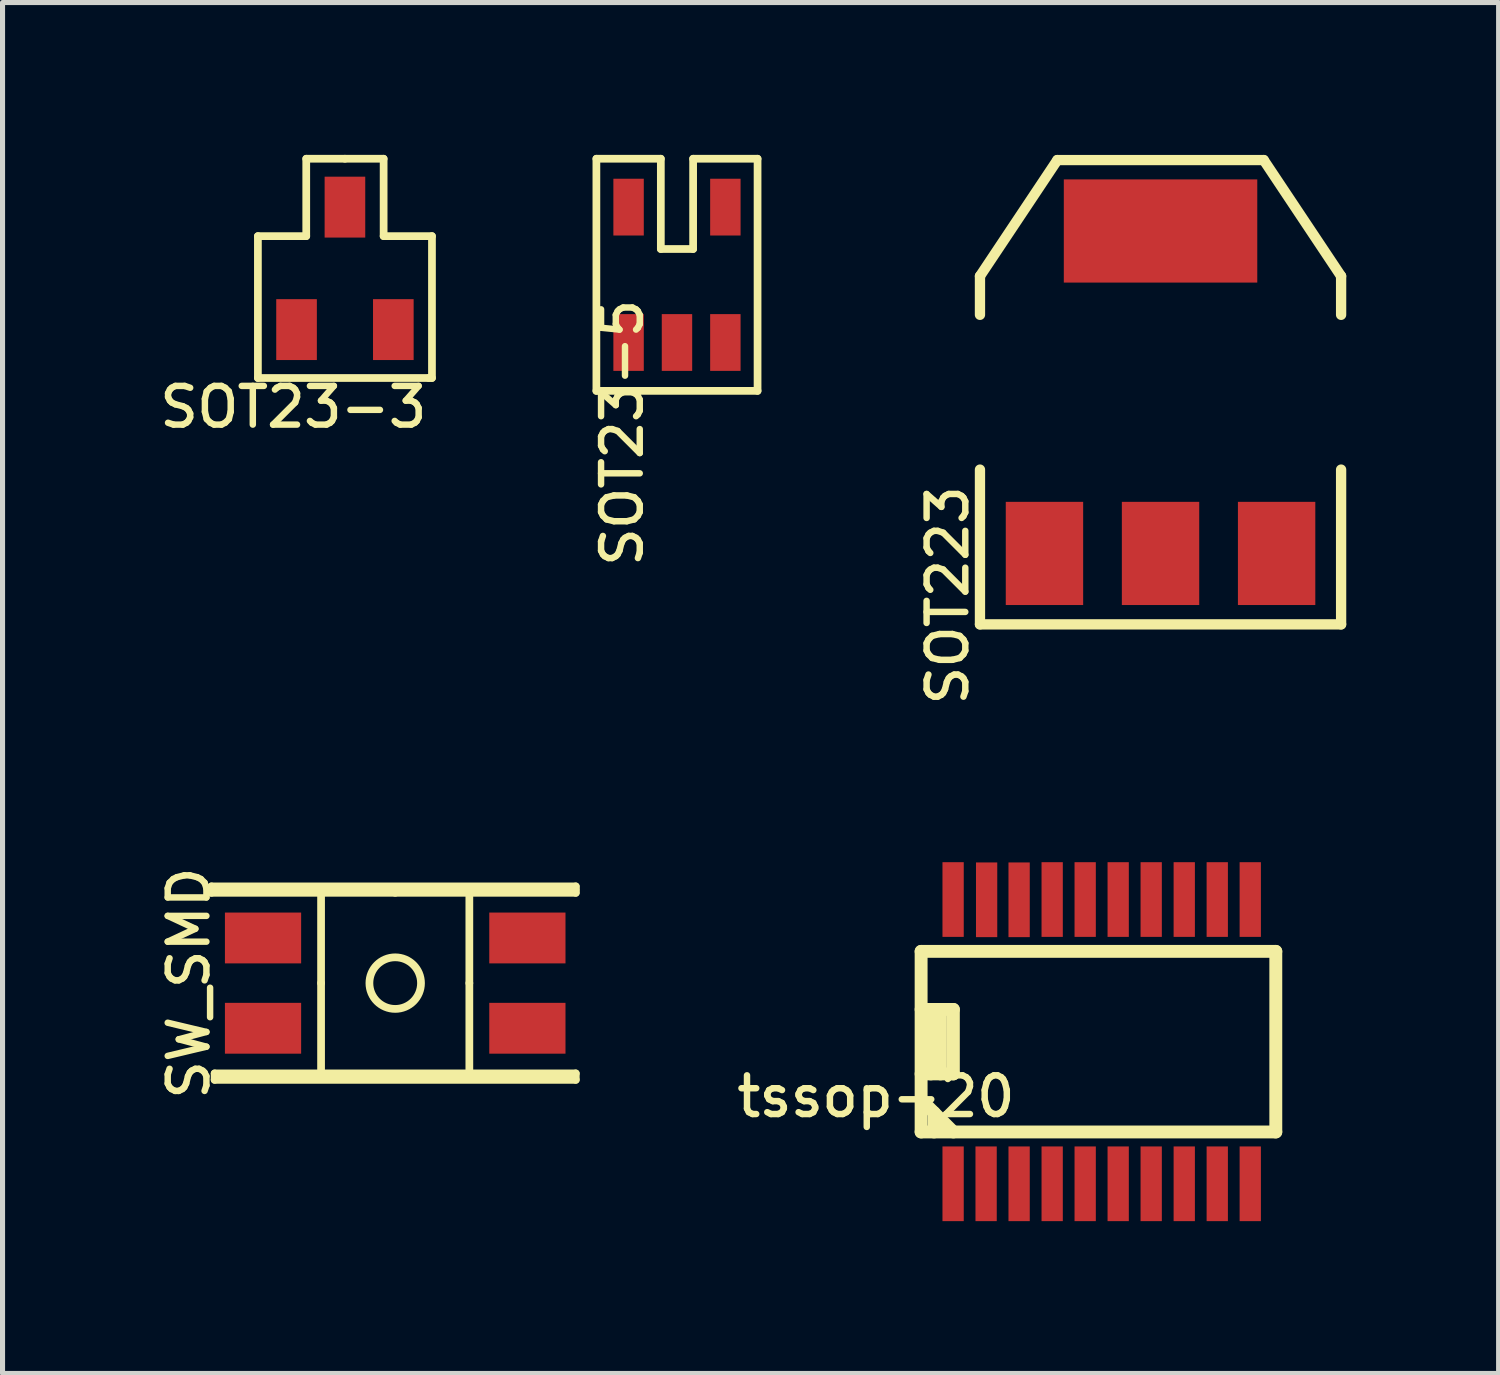
<source format=kicad_pcb>
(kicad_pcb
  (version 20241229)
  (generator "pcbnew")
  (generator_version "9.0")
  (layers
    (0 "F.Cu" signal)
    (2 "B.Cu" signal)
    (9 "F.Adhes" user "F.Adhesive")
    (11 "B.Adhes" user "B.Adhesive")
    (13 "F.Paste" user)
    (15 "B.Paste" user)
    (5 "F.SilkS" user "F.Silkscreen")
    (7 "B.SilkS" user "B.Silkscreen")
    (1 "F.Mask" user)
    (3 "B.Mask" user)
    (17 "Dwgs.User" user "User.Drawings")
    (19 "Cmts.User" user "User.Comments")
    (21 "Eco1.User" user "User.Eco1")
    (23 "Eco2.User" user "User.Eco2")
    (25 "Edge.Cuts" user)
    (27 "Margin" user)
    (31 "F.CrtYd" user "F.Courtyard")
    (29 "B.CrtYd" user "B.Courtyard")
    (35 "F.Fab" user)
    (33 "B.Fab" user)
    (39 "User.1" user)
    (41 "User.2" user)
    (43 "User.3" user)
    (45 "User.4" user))
  (footprint "SOT23-3"
    (layer "F.Cu")
    (at 3.743 2.235)
    (property "Reference" "SOT23-3" (at -1.016 2.731 0) (layer "F.SilkS") (effects (font (size 0.762 0.762) (thickness 0.127))))
    (attr smd)
    (fp_line (start -1.714 -0.635) (end -1.714 2.159) (stroke (width 0.152) (type solid)) (layer "F.SilkS"))
    (fp_line (start -1.714 2.159) (end 1.651 2.159) (stroke (width 0.152) (type solid)) (layer "F.SilkS"))
    (fp_line (start -0.762 -2.159) (end -0.762 -0.635) (stroke (width 0.152) (type solid)) (layer "F.SilkS"))
    (fp_line (start -0.762 -0.635) (end -1.714 -0.635) (stroke (width 0.152) (type solid)) (layer "F.SilkS"))
    (fp_line (start 0 -2.159) (end -0.762 -2.159) (stroke (width 0.152) (type solid)) (layer "F.SilkS"))
    (fp_line (start 0.762 -2.159) (end 0 -2.159) (stroke (width 0.152) (type solid)) (layer "F.SilkS"))
    (fp_line (start 0.762 -0.635) (end 0.762 -2.159) (stroke (width 0.152) (type solid)) (layer "F.SilkS"))
    (fp_line (start 1.651 2.159) (end 1.714 2.159) (stroke (width 0.152) (type solid)) (layer "F.SilkS"))
    (fp_line (start 1.714 -0.635) (end 0.762 -0.635) (stroke (width 0.152) (type solid)) (layer "F.SilkS"))
    (fp_line (start 1.714 2.159) (end 1.714 -0.635) (stroke (width 0.152) (type solid)) (layer "F.SilkS"))
    (pad "D" smd rect (at 0 -1.206) (size 0.8 1.199) (layers "F.Cu" "F.Mask" "F.Paste"))
    (pad "G" smd rect (at -0.953 1.206) (size 0.8 1.199) (layers "F.Cu" "F.Mask" "F.Paste"))
    (pad "S" smd rect (at 0.953 1.206) (size 0.8 1.199) (layers "F.Cu" "F.Mask" "F.Paste")))
  (footprint "SOT223"
    (layer "F.Cu")
    (at 19.805 4.674)
    (property "Reference" "SOT223" (at -4.191 4 90) (layer "F.SilkS") (effects (font (size 0.762 0.762) (thickness 0.127))))
    (attr smd)
    (fp_line (start -3.556 -2.286) (end -2.032 -4.572) (stroke (width 0.203) (type solid)) (layer "F.SilkS"))
    (fp_line (start -3.556 -1.524) (end -3.556 -2.286) (stroke (width 0.203) (type solid)) (layer "F.SilkS"))
    (fp_line (start -3.556 1.524) (end -3.556 4.572) (stroke (width 0.203) (type solid)) (layer "F.SilkS"))
    (fp_line (start -3.556 4.572) (end 3.556 4.572) (stroke (width 0.203) (type solid)) (layer "F.SilkS"))
    (fp_line (start -2.032 -4.572) (end 2.032 -4.572) (stroke (width 0.203) (type solid)) (layer "F.SilkS"))
    (fp_line (start 2.032 -4.572) (end 3.556 -2.286) (stroke (width 0.203) (type solid)) (layer "F.SilkS"))
    (fp_line (start 3.556 -2.286) (end 3.556 -1.524) (stroke (width 0.203) (type solid)) (layer "F.SilkS"))
    (fp_line (start 3.556 4.572) (end 3.556 1.524) (stroke (width 0.203) (type solid)) (layer "F.SilkS"))
    (pad "1" smd rect (at -2.286 3.175) (size 1.524 2.032) (layers "F.Cu" "F.Mask" "F.Paste"))
    (pad "2" smd rect (at 0 3.175) (size 1.524 2.032) (layers "F.Cu" "F.Mask" "F.Paste"))
    (pad "3" smd rect (at 2.286 3.175) (size 1.524 2.032) (layers "F.Cu" "F.Mask" "F.Paste"))
    (pad "4" smd rect (at 0 -3.175) (size 3.81 2.032) (layers "F.Cu" "F.Mask" "F.Paste")))
  (footprint "SW_SMD"
    (layer "F.Cu")
    (at 4.733 16.311)
    (property "Reference" "SW_SMD" (at -4.064 0 90) (layer "F.SilkS") (effects (font (size 0.762 0.762) (thickness 0.127))))
    (attr smd)
    (fp_line (start -3.619 -1.905) (end 3.556 -1.905) (stroke (width 0.152) (type solid)) (layer "F.SilkS"))
    (fp_line (start -3.619 -1.778) (end -3.619 -1.905) (stroke (width 0.152) (type solid)) (layer "F.SilkS"))
    (fp_line (start -3.556 1.778) (end -3.556 1.905) (stroke (width 0.152) (type solid)) (layer "F.SilkS"))
    (fp_line (start -3.556 1.905) (end 3.556 1.905) (stroke (width 0.152) (type solid)) (layer "F.SilkS"))
    (fp_line (start -1.46 0) (end -1.46 -1.778) (stroke (width 0.152) (type solid)) (layer "F.SilkS"))
    (fp_line (start -1.46 0) (end -1.46 1.778) (stroke (width 0.152) (type solid)) (layer "F.SilkS"))
    (fp_line (start -1.46 1.778) (end -3.556 1.778) (stroke (width 0.152) (type solid)) (layer "F.SilkS"))
    (fp_line (start 0 -1.778) (end -3.619 -1.778) (stroke (width 0.152) (type solid)) (layer "F.SilkS"))
    (fp_line (start 1.46 0) (end 1.46 -1.778) (stroke (width 0.152) (type solid)) (layer "F.SilkS"))
    (fp_line (start 1.46 0) (end 1.46 1.778) (stroke (width 0.152) (type solid)) (layer "F.SilkS"))
    (fp_line (start 3.556 -1.905) (end 3.556 -1.841) (stroke (width 0.152) (type solid)) (layer "F.SilkS"))
    (fp_line (start 3.556 -1.841) (end 3.556 -1.778) (stroke (width 0.152) (type solid)) (layer "F.SilkS"))
    (fp_line (start 3.556 -1.778) (end 0 -1.778) (stroke (width 0.152) (type solid)) (layer "F.SilkS"))
    (fp_line (start 3.556 1.778) (end -1.46 1.778) (stroke (width 0.152) (type solid)) (layer "F.SilkS"))
    (fp_line (start 3.556 1.905) (end 3.556 1.778) (stroke (width 0.152) (type solid)) (layer "F.SilkS"))
    (fp_circle (center 0 0) (end -0.508 0) (stroke (width 0.152) (type solid)) (fill no) (layer "F.SilkS"))
    (pad "1" smd rect (at -2.603 0.889) (size 1.501 1.001) (layers "F.Cu" "F.Mask" "F.Paste"))
    (pad "1" smd rect (at 2.603 0.889) (size 1.501 1.001) (layers "F.Cu" "F.Mask" "F.Paste"))
    (pad "2" smd rect (at -2.603 -0.889) (size 1.501 1.001) (layers "F.Cu" "F.Mask" "F.Paste"))
    (pad "2" smd rect (at 2.603 -0.889) (size 1.501 1.001) (layers "F.Cu" "F.Mask" "F.Paste")))
  (footprint "SOT23-5"
    (layer "F.Cu")
    (at 10.282 2.362)
    (property "Reference" "SOT23-5" (at -1.079 3.111 90) (layer "F.SilkS") (effects (font (size 0.762 0.762) (thickness 0.127))))
    (attr smd)
    (fp_line (start -1.587 -2.286) (end -1.587 2.286) (stroke (width 0.152) (type solid)) (layer "F.SilkS"))
    (fp_line (start -1.587 2.286) (end 1.587 2.286) (stroke (width 0.152) (type solid)) (layer "F.SilkS"))
    (fp_line (start -0.318 -2.286) (end -1.587 -2.286) (stroke (width 0.152) (type solid)) (layer "F.SilkS"))
    (fp_line (start -0.318 -2.286) (end -0.318 -0.508) (stroke (width 0.152) (type solid)) (layer "F.SilkS"))
    (fp_line (start -0.318 -0.508) (end 0.318 -0.508) (stroke (width 0.152) (type solid)) (layer "F.SilkS"))
    (fp_line (start 0.318 -2.286) (end 1.587 -2.286) (stroke (width 0.152) (type solid)) (layer "F.SilkS"))
    (fp_line (start 0.318 -0.508) (end 0.318 -2.286) (stroke (width 0.152) (type solid)) (layer "F.SilkS"))
    (fp_line (start 1.587 2.286) (end 1.587 -2.286) (stroke (width 0.152) (type solid)) (layer "F.SilkS"))
    (pad "1" smd rect (at -0.953 1.333) (size 0.599 1.118) (layers "F.Cu" "F.Mask" "F.Paste"))
    (pad "2" smd rect (at 0 1.333) (size 0.599 1.118) (layers "F.Cu" "F.Mask" "F.Paste"))
    (pad "3" smd rect (at 0.953 1.333) (size 0.599 1.118) (layers "F.Cu" "F.Mask" "F.Paste"))
    (pad "4" smd rect (at 0.953 -1.333) (size 0.599 1.118) (layers "F.Cu" "F.Mask" "F.Paste"))
    (pad "5" smd rect (at -0.953 -1.333) (size 0.599 1.118) (layers "F.Cu" "F.Mask" "F.Paste")))
  (footprint "tssop-20"
    (layer "F.Cu")
    (at 18.646 17.464)
    (property "Reference" "tssop-20" (at -4.445 1.079 0) (layer "F.SilkS") (effects (font (size 0.762 0.762) (thickness 0.127))))
    (attr smd)
    (fp_line (start -3.556 -1.778) (end 3.429 -1.778) (stroke (width 0.254) (type solid)) (layer "F.SilkS"))
    (fp_line (start -3.556 -0.635) (end -2.921 -0.635) (stroke (width 0.254) (type solid)) (layer "F.SilkS"))
    (fp_line (start -3.556 1.143) (end -2.921 1.778) (stroke (width 0.254) (type solid)) (layer "F.SilkS"))
    (fp_line (start -3.556 1.778) (end -3.556 -1.778) (stroke (width 0.254) (type solid)) (layer "F.SilkS"))
    (fp_line (start -3.556 1.778) (end 3.429 1.778) (stroke (width 0.254) (type solid)) (layer "F.SilkS"))
    (fp_line (start -3.365 -0.635) (end -3.365 0.635) (stroke (width 0.254) (type solid)) (layer "F.SilkS"))
    (fp_line (start -3.302 1.778) (end -3.302 1.397) (stroke (width 0.254) (type solid)) (layer "F.SilkS"))
    (fp_line (start -3.175 0.635) (end -3.175 -0.635) (stroke (width 0.254) (type solid)) (layer "F.SilkS"))
    (fp_line (start -2.921 -0.635) (end -2.921 0.635) (stroke (width 0.254) (type solid)) (layer "F.SilkS"))
    (fp_line (start -2.921 0.635) (end -3.556 0.635) (stroke (width 0.254) (type solid)) (layer "F.SilkS"))
    (fp_line (start 3.429 1.778) (end 3.429 -1.778) (stroke (width 0.254) (type solid)) (layer "F.SilkS"))
    (pad "1" smd rect (at -2.926 2.799) (size 0.419 1.471) (layers "F.Cu" "F.Mask" "F.Paste"))
    (pad "2" smd rect (at -2.276 2.799) (size 0.419 1.471) (layers "F.Cu" "F.Mask" "F.Paste"))
    (pad "3" smd rect (at -1.626 2.799) (size 0.419 1.471) (layers "F.Cu" "F.Mask" "F.Paste"))
    (pad "4" smd rect (at -0.975 2.799) (size 0.419 1.471) (layers "F.Cu" "F.Mask" "F.Paste"))
    (pad "5" smd rect (at -0.325 2.799) (size 0.419 1.471) (layers "F.Cu" "F.Mask" "F.Paste"))
    (pad "6" smd rect (at 0.325 2.799) (size 0.419 1.471) (layers "F.Cu" "F.Mask" "F.Paste"))
    (pad "7" smd rect (at 0.975 2.799) (size 0.419 1.471) (layers "F.Cu" "F.Mask" "F.Paste"))
    (pad "8" smd rect (at 1.626 2.799) (size 0.419 1.471) (layers "F.Cu" "F.Mask" "F.Paste"))
    (pad "9" smd rect (at 2.276 2.799) (size 0.419 1.471) (layers "F.Cu" "F.Mask" "F.Paste"))
    (pad "10" smd rect (at 2.926 2.799) (size 0.419 1.471) (layers "F.Cu" "F.Mask" "F.Paste"))
    (pad "11" smd rect (at 2.926 -2.799) (size 0.419 1.471) (layers "F.Cu" "F.Mask" "F.Paste"))
    (pad "12" smd rect (at 2.276 -2.799) (size 0.419 1.471) (layers "F.Cu" "F.Mask" "F.Paste"))
    (pad "13" smd rect (at 1.626 -2.799) (size 0.419 1.471) (layers "F.Cu" "F.Mask" "F.Paste"))
    (pad "14" smd rect (at 0.975 -2.799) (size 0.419 1.471) (layers "F.Cu" "F.Mask" "F.Paste"))
    (pad "15" smd rect (at 0.325 -2.799) (size 0.419 1.471) (layers "F.Cu" "F.Mask" "F.Paste"))
    (pad "16" smd rect (at -0.325 -2.799) (size 0.419 1.471) (layers "F.Cu" "F.Mask" "F.Paste"))
    (pad "17" smd rect (at -0.975 -2.799) (size 0.419 1.471) (layers "F.Cu" "F.Mask" "F.Paste"))
    (pad "18" smd rect (at -1.626 -2.794) (size 0.419 1.471) (layers "F.Cu" "F.Mask" "F.Paste"))
    (pad "19" smd rect (at -2.266 -2.794) (size 0.419 1.471) (layers "F.Cu" "F.Mask" "F.Paste"))
    (pad "20" smd rect (at -2.926 -2.799) (size 0.419 1.471) (layers "F.Cu" "F.Mask" "F.Paste")))
  (gr_rect
    (start -3 -3)
    (end 26.463 23.998)
    (stroke (width 0.1) (type default))
    (fill no)
    (layer "Edge.Cuts")))
</source>
